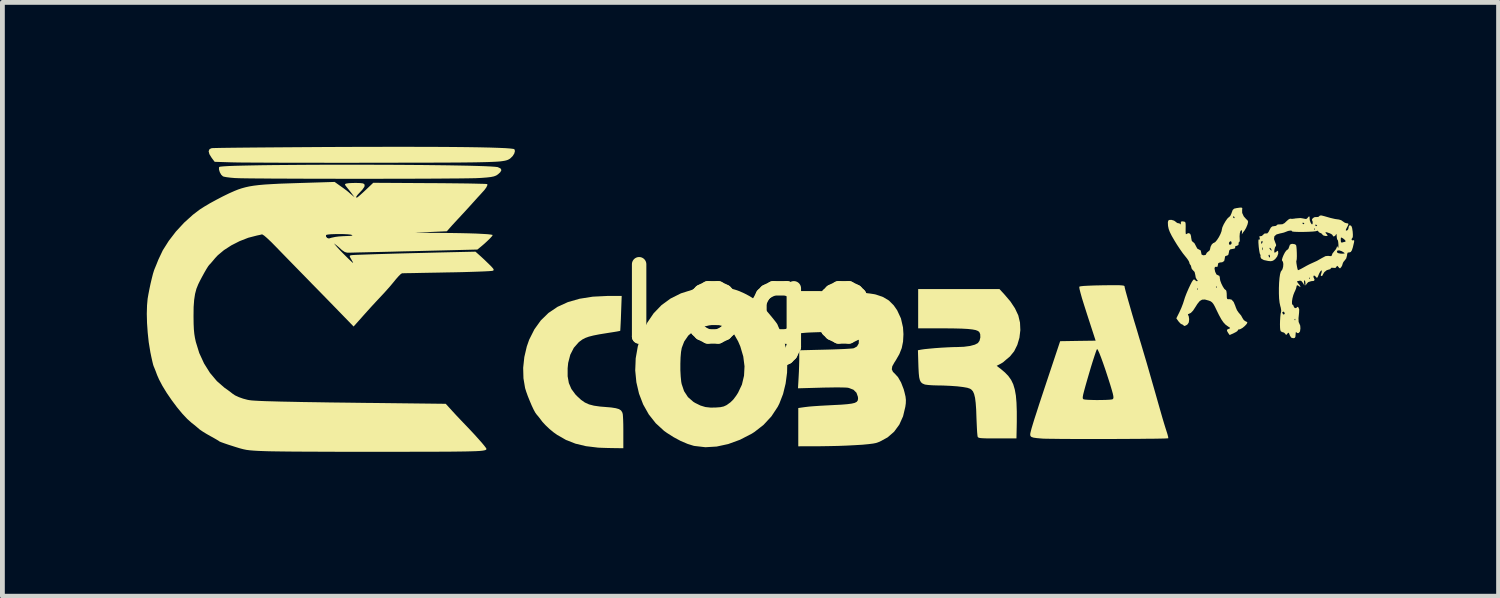
<source format=kicad_pcb>
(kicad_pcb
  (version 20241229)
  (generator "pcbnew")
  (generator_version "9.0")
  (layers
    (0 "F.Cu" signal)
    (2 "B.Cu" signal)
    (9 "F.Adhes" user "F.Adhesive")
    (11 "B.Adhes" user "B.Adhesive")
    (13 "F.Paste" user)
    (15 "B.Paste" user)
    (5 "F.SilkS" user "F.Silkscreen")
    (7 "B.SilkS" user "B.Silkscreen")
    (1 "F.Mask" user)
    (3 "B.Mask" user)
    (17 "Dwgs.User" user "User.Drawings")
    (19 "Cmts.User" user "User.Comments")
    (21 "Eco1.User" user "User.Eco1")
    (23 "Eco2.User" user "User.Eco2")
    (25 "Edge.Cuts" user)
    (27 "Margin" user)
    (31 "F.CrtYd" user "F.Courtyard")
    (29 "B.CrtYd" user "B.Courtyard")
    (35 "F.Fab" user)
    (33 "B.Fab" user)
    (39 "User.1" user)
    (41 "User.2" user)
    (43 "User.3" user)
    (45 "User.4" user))
  (footprint "Logo"
    (layer "F.Cu")
    (at 12.515 3.262)
    (property "Reference" "Logo" (at 0 0 0) (layer "F.SilkS") (effects (font (size 1.5 1.5) (thickness 0.3))))
    (attr board_only exclude_from_pos_files exclude_from_bom)
    (fp_poly (pts (xy -6.865 -3.261) (xy -6.494 -3.26) (xy -6.16 -3.258) (xy -5.863 -3.255) (xy -5.605 -3.251) (xy -5.385 -3.246) (xy -5.204 -3.24) (xy -5.062 -3.234) (xy -4.96 -3.226) (xy -4.897 -3.218) (xy -4.877 -3.211) (xy -4.866 -3.174) (xy -4.88 -3.122) (xy -4.914 -3.068) (xy -4.96 -3.023) (xy -4.978 -3.01) (xy -4.997 -2.999) (xy -5.019 -2.989) (xy -5.046 -2.98) (xy -5.08 -2.972) (xy -5.123 -2.965) (xy -5.177 -2.958) (xy -5.245 -2.953) (xy -5.329 -2.949) (xy -5.43 -2.945) (xy -5.551 -2.942) (xy -5.694 -2.939) (xy -5.862 -2.937) (xy -6.055 -2.935) (xy -6.277 -2.934) (xy -6.53 -2.933) (xy -6.815 -2.932) (xy -7.135 -2.932) (xy -7.491 -2.931) (xy -7.82 -2.931) (xy -8.149 -2.93) (xy -8.471 -2.93) (xy -8.784 -2.93) (xy -9.085 -2.931) (xy -9.37 -2.931) (xy -9.638 -2.931) (xy -9.884 -2.932) (xy -10.106 -2.933) (xy -10.302 -2.934) (xy -10.468 -2.935) (xy -10.602 -2.936) (xy -10.7 -2.938) (xy -10.754 -2.939) (xy -11.105 -2.95) (xy -11.167 -3.032) (xy -11.215 -3.11) (xy -11.23 -3.171) (xy -11.211 -3.214) (xy -11.169 -3.233) (xy -11.141 -3.235) (xy -11.074 -3.237) (xy -10.973 -3.239) (xy -10.838 -3.241) (xy -10.673 -3.243) (xy -10.479 -3.245) (xy -10.261 -3.247) (xy -10.02 -3.249) (xy -9.76 -3.251) (xy -9.482 -3.253) (xy -9.189 -3.255) (xy -8.884 -3.257) (xy -8.713 -3.258) (xy -8.198 -3.26) (xy -7.717 -3.261) (xy -7.273 -3.262)) (stroke (width 0) (type solid)) (fill yes) (layer "F.SilkS"))
    (fp_poly (pts (xy -7.914 -2.889) (xy -7.617 -2.888) (xy -7.324 -2.887) (xy -7.039 -2.885) (xy -6.764 -2.883) (xy -6.502 -2.88) (xy -6.257 -2.877) (xy -6.031 -2.873) (xy -5.826 -2.869) (xy -5.646 -2.864) (xy -5.494 -2.859) (xy -5.372 -2.853) (xy -5.283 -2.847) (xy -5.23 -2.841) (xy -5.222 -2.839) (xy -5.165 -2.812) (xy -5.147 -2.778) (xy -5.169 -2.736) (xy -5.179 -2.726) (xy -5.217 -2.691) (xy -5.256 -2.665) (xy -5.304 -2.647) (xy -5.367 -2.634) (xy -5.455 -2.624) (xy -5.573 -2.615) (xy -5.619 -2.613) (xy -5.682 -2.61) (xy -5.782 -2.608) (xy -5.916 -2.606) (xy -6.08 -2.604) (xy -6.272 -2.603) (xy -6.487 -2.601) (xy -6.723 -2.6) (xy -6.976 -2.599) (xy -7.243 -2.598) (xy -7.521 -2.598) (xy -7.806 -2.597) (xy -8.095 -2.597) (xy -8.385 -2.597) (xy -8.671 -2.598) (xy -8.952 -2.598) (xy -9.224 -2.599) (xy -9.483 -2.6) (xy -9.726 -2.601) (xy -9.95 -2.602) (xy -10.151 -2.604) (xy -10.326 -2.605) (xy -10.473 -2.607) (xy -10.586 -2.609) (xy -10.664 -2.612) (xy -10.689 -2.613) (xy -10.78 -2.621) (xy -10.86 -2.631) (xy -10.916 -2.642) (xy -10.934 -2.649) (xy -10.969 -2.682) (xy -10.998 -2.734) (xy -11.015 -2.789) (xy -11.015 -2.832) (xy -11.008 -2.844) (xy -10.981 -2.85) (xy -10.916 -2.856) (xy -10.817 -2.862) (xy -10.684 -2.867) (xy -10.523 -2.871) (xy -10.335 -2.875) (xy -10.123 -2.879) (xy -9.89 -2.882) (xy -9.639 -2.884) (xy -9.373 -2.886) (xy -9.095 -2.888) (xy -8.807 -2.889) (xy -8.512 -2.889) (xy -8.214 -2.889)) (stroke (width 0) (type solid)) (fill yes) (layer "F.SilkS"))
    (fp_poly (pts (xy -2.661 0.197) (xy -2.665 0.314) (xy -2.67 0.415) (xy -2.674 0.495) (xy -2.677 0.546) (xy -2.679 0.562) (xy -2.701 0.567) (xy -2.754 0.577) (xy -2.834 0.59) (xy -2.931 0.605) (xy -2.961 0.61) (xy -3.116 0.635) (xy -3.237 0.659) (xy -3.331 0.683) (xy -3.405 0.71) (xy -3.466 0.742) (xy -3.52 0.782) (xy -3.541 0.799) (xy -3.643 0.915) (xy -3.716 1.058) (xy -3.76 1.228) (xy -3.771 1.339) (xy -3.771 1.506) (xy -3.746 1.647) (xy -3.693 1.77) (xy -3.609 1.884) (xy -3.575 1.919) (xy -3.493 1.995) (xy -3.413 2.051) (xy -3.327 2.09) (xy -3.224 2.117) (xy -3.097 2.135) (xy -2.998 2.143) (xy -2.867 2.154) (xy -2.771 2.169) (xy -2.705 2.188) (xy -2.662 2.216) (xy -2.637 2.254) (xy -2.626 2.29) (xy -2.622 2.332) (xy -2.618 2.406) (xy -2.615 2.503) (xy -2.614 2.615) (xy -2.614 2.677) (xy -2.614 3.001) (xy -2.833 2.998) (xy -2.935 2.996) (xy -3.032 2.993) (xy -3.111 2.99) (xy -3.144 2.988) (xy -3.391 2.958) (xy -3.608 2.906) (xy -3.805 2.829) (xy -3.988 2.724) (xy -4.067 2.668) (xy -4.149 2.6) (xy -4.229 2.524) (xy -4.295 2.453) (xy -4.31 2.433) (xy -4.356 2.372) (xy -4.395 2.324) (xy -4.418 2.297) (xy -4.418 2.297) (xy -4.443 2.262) (xy -4.478 2.198) (xy -4.518 2.113) (xy -4.559 2.016) (xy -4.599 1.917) (xy -4.632 1.825) (xy -4.655 1.751) (xy -4.689 1.549) (xy -4.695 1.331) (xy -4.671 1.107) (xy -4.62 0.888) (xy -4.57 0.745) (xy -4.462 0.531) (xy -4.329 0.346) (xy -4.169 0.19) (xy -3.981 0.063) (xy -3.766 -0.035) (xy -3.522 -0.105) (xy -3.249 -0.148) (xy -2.945 -0.163) (xy -2.932 -0.163) (xy -2.648 -0.163)) (stroke (width 0) (type solid)) (fill yes) (layer "F.SilkS"))
    (fp_poly (pts (xy 5.3 -0.199) (xy 5.428 -0.049) (xy 5.523 0.094) (xy 5.59 0.236) (xy 5.593 0.244) (xy 5.628 0.391) (xy 5.635 0.547) (xy 5.616 0.705) (xy 5.572 0.854) (xy 5.506 0.987) (xy 5.419 1.094) (xy 5.392 1.117) (xy 5.34 1.16) (xy 5.302 1.193) (xy 5.288 1.206) (xy 5.265 1.223) (xy 5.22 1.249) (xy 5.21 1.254) (xy 5.143 1.289) (xy 5.231 1.356) (xy 5.316 1.428) (xy 5.386 1.501) (xy 5.443 1.581) (xy 5.487 1.672) (xy 5.519 1.779) (xy 5.542 1.906) (xy 5.555 2.058) (xy 5.561 2.239) (xy 5.561 2.454) (xy 5.559 2.568) (xy 5.554 2.797) (xy 5.158 2.797) (xy 5.02 2.797) (xy 4.918 2.796) (xy 4.846 2.793) (xy 4.798 2.789) (xy 4.77 2.782) (xy 4.754 2.772) (xy 4.748 2.762) (xy 4.743 2.73) (xy 4.737 2.665) (xy 4.732 2.574) (xy 4.727 2.465) (xy 4.723 2.368) (xy 4.717 2.196) (xy 4.707 2.059) (xy 4.694 1.955) (xy 4.675 1.877) (xy 4.651 1.821) (xy 4.619 1.784) (xy 4.589 1.764) (xy 4.533 1.745) (xy 4.442 1.729) (xy 4.324 1.715) (xy 4.183 1.705) (xy 4.027 1.698) (xy 3.898 1.696) (xy 3.805 1.693) (xy 3.722 1.687) (xy 3.66 1.679) (xy 3.642 1.674) (xy 3.6 1.655) (xy 3.57 1.629) (xy 3.548 1.588) (xy 3.533 1.527) (xy 3.524 1.44) (xy 3.518 1.321) (xy 3.516 1.264) (xy 3.507 0.965) (xy 3.576 0.952) (xy 3.645 0.942) (xy 3.745 0.932) (xy 3.865 0.921) (xy 3.993 0.912) (xy 4.119 0.905) (xy 4.233 0.9) (xy 4.31 0.899) (xy 4.462 0.893) (xy 4.59 0.876) (xy 4.69 0.849) (xy 4.753 0.816) (xy 4.787 0.767) (xy 4.804 0.699) (xy 4.801 0.631) (xy 4.781 0.585) (xy 4.753 0.564) (xy 4.707 0.546) (xy 4.638 0.533) (xy 4.545 0.523) (xy 4.422 0.516) (xy 4.266 0.512) (xy 4.073 0.51) (xy 4.032 0.51) (xy 3.512 0.51) (xy 3.512 0.102) (xy 3.512 -0.306) (xy 4.356 -0.306) (xy 5.201 -0.306)) (stroke (width 0) (type solid)) (fill yes) (layer "F.SilkS"))
    (fp_poly (pts (xy 1.383 -0.265) (xy 1.606 -0.262) (xy 1.821 -0.257) (xy 2.023 -0.25) (xy 2.207 -0.24) (xy 2.367 -0.229) (xy 2.499 -0.215) (xy 2.598 -0.2) (xy 2.634 -0.192) (xy 2.784 -0.14) (xy 2.904 -0.068) (xy 3.004 0.032) (xy 3.075 0.134) (xy 3.154 0.304) (xy 3.197 0.491) (xy 3.206 0.632) (xy 3.198 0.785) (xy 3.171 0.919) (xy 3.121 1.046) (xy 3.043 1.181) (xy 3.018 1.219) (xy 2.974 1.298) (xy 2.964 1.361) (xy 2.988 1.414) (xy 3.021 1.446) (xy 3.093 1.524) (xy 3.157 1.636) (xy 3.211 1.775) (xy 3.228 1.838) (xy 3.249 1.926) (xy 3.257 1.997) (xy 3.255 2.068) (xy 3.245 2.14) (xy 3.198 2.338) (xy 3.12 2.511) (xy 3.012 2.658) (xy 2.876 2.776) (xy 2.714 2.864) (xy 2.637 2.892) (xy 2.576 2.904) (xy 2.48 2.916) (xy 2.354 2.928) (xy 2.202 2.937) (xy 2.031 2.946) (xy 1.845 2.953) (xy 1.649 2.957) (xy 1.45 2.96) (xy 1.404 2.96) (xy 1.021 2.961) (xy 1.021 2.563) (xy 1.021 2.166) (xy 1.087 2.156) (xy 1.167 2.145) (xy 1.253 2.135) (xy 1.353 2.127) (xy 1.473 2.119) (xy 1.622 2.111) (xy 1.752 2.104) (xy 1.912 2.096) (xy 2.037 2.086) (xy 2.129 2.074) (xy 2.193 2.059) (xy 2.234 2.038) (xy 2.256 2.01) (xy 2.263 1.974) (xy 2.26 1.933) (xy 2.23 1.848) (xy 2.168 1.786) (xy 2.073 1.749) (xy 2.042 1.743) (xy 1.995 1.74) (xy 1.914 1.738) (xy 1.807 1.737) (xy 1.682 1.739) (xy 1.544 1.741) (xy 1.482 1.743) (xy 1.015 1.756) (xy 1.028 1.527) (xy 1.034 1.411) (xy 1.038 1.29) (xy 1.041 1.182) (xy 1.041 1.131) (xy 1.041 0.966) (xy 1.577 0.953) (xy 1.724 0.949) (xy 1.861 0.944) (xy 1.981 0.939) (xy 2.077 0.933) (xy 2.144 0.928) (xy 2.175 0.923) (xy 2.241 0.886) (xy 2.277 0.824) (xy 2.28 0.743) (xy 2.276 0.722) (xy 2.262 0.678) (xy 2.242 0.644) (xy 2.211 0.62) (xy 2.163 0.603) (xy 2.094 0.592) (xy 1.998 0.586) (xy 1.871 0.584) (xy 1.736 0.585) (xy 1.6 0.586) (xy 1.466 0.589) (xy 1.343 0.593) (xy 1.243 0.597) (xy 1.18 0.601) (xy 1.021 0.615) (xy 1.021 0.175) (xy 1.021 -0.265)) (stroke (width 0) (type solid)) (fill yes) (layer "F.SilkS"))
    (fp_poly (pts (xy -0.732 -0.343) (xy -0.664 -0.34) (xy -0.553 -0.332) (xy -0.444 -0.32) (xy -0.35 -0.306) (xy -0.296 -0.295) (xy -0.204 -0.263) (xy -0.101 -0.217) (xy 0.000445 -0.164) (xy 0.084 -0.112) (xy 0.117 -0.087) (xy 0.161 -0.05) (xy 0.215 -0.007) (xy 0.225 0) (xy 0.257 0.03) (xy 0.304 0.081) (xy 0.362 0.146) (xy 0.424 0.218) (xy 0.484 0.291) (xy 0.536 0.356) (xy 0.574 0.406) (xy 0.591 0.435) (xy 0.592 0.438) (xy 0.6 0.46) (xy 0.622 0.509) (xy 0.654 0.575) (xy 0.66 0.589) (xy 0.73 0.772) (xy 0.774 0.979) (xy 0.793 1.201) (xy 0.788 1.43) (xy 0.758 1.657) (xy 0.705 1.874) (xy 0.628 2.073) (xy 0.593 2.142) (xy 0.462 2.34) (xy 0.299 2.516) (xy 0.112 2.662) (xy 0.056 2.698) (xy -0.19 2.825) (xy -0.434 2.914) (xy -0.674 2.966) (xy -0.908 2.98) (xy -1.133 2.954) (xy -1.154 2.95) (xy -1.279 2.911) (xy -1.422 2.85) (xy -1.569 2.771) (xy -1.709 2.682) (xy -1.769 2.639) (xy -1.941 2.481) (xy -2.086 2.297) (xy -2.202 2.091) (xy -2.288 1.867) (xy -2.343 1.63) (xy -2.367 1.384) (xy -2.361 1.244) (xy -1.429 1.244) (xy -1.429 1.38) (xy -1.422 1.509) (xy -1.411 1.62) (xy -1.402 1.667) (xy -1.352 1.815) (xy -1.271 1.939) (xy -1.16 2.036) (xy -1.121 2.06) (xy -1.011 2.114) (xy -0.909 2.145) (xy -0.799 2.157) (xy -0.692 2.155) (xy -0.598 2.148) (xy -0.529 2.133) (xy -0.472 2.107) (xy -0.457 2.097) (xy -0.388 2.047) (xy -0.329 1.989) (xy -0.271 1.912) (xy -0.23 1.848) (xy -0.15 1.679) (xy -0.106 1.494) (xy -0.096 1.298) (xy -0.122 1.094) (xy -0.183 0.887) (xy -0.229 0.78) (xy -0.308 0.641) (xy -0.399 0.54) (xy -0.504 0.474) (xy -0.629 0.443) (xy -0.777 0.442) (xy -0.833 0.449) (xy -1.003 0.49) (xy -1.148 0.561) (xy -1.264 0.66) (xy -1.35 0.785) (xy -1.4 0.916) (xy -1.415 1) (xy -1.425 1.114) (xy -1.429 1.244) (xy -2.361 1.244) (xy -2.357 1.134) (xy -2.313 0.883) (xy -2.235 0.636) (xy -2.232 0.629) (xy -2.12 0.397) (xy -1.984 0.197) (xy -1.821 0.028) (xy -1.633 -0.109) (xy -1.417 -0.217) (xy -1.173 -0.294) (xy -1.12 -0.306) (xy -1.015 -0.327) (xy -0.926 -0.34) (xy -0.837 -0.344)) (stroke (width 0) (type solid)) (fill yes) (layer "F.SilkS"))
    (fp_poly (pts (xy 7.692 -0.386) (xy 7.748 -0.382) (xy 7.782 -0.377) (xy 7.797 -0.369) (xy 7.8 -0.363) (xy 7.802 -0.346) (xy 7.81 -0.311) (xy 7.824 -0.256) (xy 7.846 -0.177) (xy 7.876 -0.07) (xy 7.916 0.069) (xy 7.966 0.244) (xy 7.967 0.245) (xy 7.978 0.283) (xy 7.999 0.355) (xy 8.029 0.453) (xy 8.065 0.573) (xy 8.105 0.709) (xy 8.148 0.851) (xy 8.201 1.03) (xy 8.262 1.235) (xy 8.324 1.451) (xy 8.385 1.664) (xy 8.441 1.859) (xy 8.462 1.933) (xy 8.505 2.085) (xy 8.547 2.232) (xy 8.586 2.368) (xy 8.621 2.485) (xy 8.649 2.576) (xy 8.667 2.632) (xy 8.69 2.705) (xy 8.705 2.761) (xy 8.709 2.792) (xy 8.708 2.794) (xy 8.686 2.796) (xy 8.627 2.799) (xy 8.536 2.801) (xy 8.416 2.803) (xy 8.272 2.804) (xy 8.109 2.806) (xy 7.929 2.807) (xy 7.738 2.808) (xy 7.54 2.809) (xy 7.339 2.809) (xy 7.138 2.809) (xy 6.943 2.809) (xy 6.758 2.809) (xy 6.585 2.808) (xy 6.431 2.807) (xy 6.299 2.805) (xy 6.192 2.804) (xy 6.117 2.802) (xy 6.085 2.8) (xy 5.98 2.791) (xy 5.909 2.781) (xy 5.866 2.767) (xy 5.845 2.747) (xy 5.84 2.72) (xy 5.84 2.718) (xy 5.842 2.692) (xy 5.852 2.65) (xy 5.868 2.588) (xy 5.893 2.505) (xy 5.926 2.397) (xy 5.97 2.262) (xy 6.023 2.097) (xy 6.075 1.939) (xy 6.931 1.939) (xy 6.933 1.968) (xy 6.945 1.983) (xy 6.977 1.99) (xy 7.039 1.995) (xy 7.124 1.998) (xy 7.22 2) (xy 7.32 1.999) (xy 7.412 1.997) (xy 7.488 1.993) (xy 7.538 1.987) (xy 7.552 1.983) (xy 7.564 1.971) (xy 7.569 1.951) (xy 7.567 1.917) (xy 7.556 1.865) (xy 7.535 1.79) (xy 7.504 1.686) (xy 7.46 1.548) (xy 7.458 1.542) (xy 7.405 1.379) (xy 7.356 1.237) (xy 7.313 1.118) (xy 7.277 1.026) (xy 7.249 0.966) (xy 7.232 0.94) (xy 7.23 0.939) (xy 7.219 0.958) (xy 7.2 1.01) (xy 7.173 1.09) (xy 7.14 1.192) (xy 7.103 1.311) (xy 7.065 1.44) (xy 7.026 1.573) (xy 6.988 1.706) (xy 6.961 1.805) (xy 6.94 1.887) (xy 6.931 1.939) (xy 6.075 1.939) (xy 6.088 1.9) (xy 6.165 1.668) (xy 6.202 1.557) (xy 6.462 0.777) (xy 6.83 0.771) (xy 7.199 0.766) (xy 7.02 0.215) (xy 6.961 0.03) (xy 6.915 -0.117) (xy 6.884 -0.229) (xy 6.865 -0.305) (xy 6.859 -0.347) (xy 6.862 -0.357) (xy 6.889 -0.364) (xy 6.953 -0.371) (xy 7.05 -0.376) (xy 7.176 -0.381) (xy 7.327 -0.384) (xy 7.341 -0.385) (xy 7.493 -0.386) (xy 7.608 -0.387)) (stroke (width 0) (type solid)) (fill yes) (layer "F.SilkS"))
    (fp_poly (pts (xy 10.233 -1.998) (xy 10.247 -1.986) (xy 10.244 -1.959) (xy 10.243 -1.958) (xy 10.244 -1.888) (xy 10.277 -1.816) (xy 10.324 -1.763) (xy 10.357 -1.732) (xy 10.367 -1.703) (xy 10.357 -1.658) (xy 10.352 -1.641) (xy 10.326 -1.579) (xy 10.296 -1.527) (xy 10.291 -1.521) (xy 10.258 -1.478) (xy 10.242 -1.45) (xy 10.236 -1.444) (xy 10.239 -1.472) (xy 10.24 -1.475) (xy 10.241 -1.516) (xy 10.23 -1.531) (xy 10.209 -1.513) (xy 10.195 -1.466) (xy 10.19 -1.401) (xy 10.192 -1.358) (xy 10.194 -1.311) (xy 10.187 -1.287) (xy 10.184 -1.286) (xy 10.17 -1.273) (xy 10.171 -1.271) (xy 10.167 -1.223) (xy 10.135 -1.205) (xy 10.128 -1.205) (xy 10.099 -1.194) (xy 10.099 -1.175) (xy 10.095 -1.153) (xy 10.056 -1.141) (xy 10.042 -1.14) (xy 9.995 -1.13) (xy 9.974 -1.105) (xy 9.968 -1.067) (xy 9.956 -1.018) (xy 9.931 -1.001) (xy 9.922 -1) (xy 9.892 -0.99) (xy 9.882 -0.951) (xy 9.882 -0.941) (xy 9.87 -0.889) (xy 9.829 -0.863) (xy 9.779 -0.858) (xy 9.747 -0.844) (xy 9.739 -0.807) (xy 9.732 -0.77) (xy 9.711 -0.768) (xy 9.679 -0.767) (xy 9.669 -0.734) (xy 9.682 -0.668) (xy 9.682 -0.667) (xy 9.709 -0.61) (xy 9.743 -0.592) (xy 9.77 -0.581) (xy 9.78 -0.543) (xy 9.78 -0.528) (xy 9.789 -0.479) (xy 9.812 -0.418) (xy 9.842 -0.358) (xy 9.873 -0.31) (xy 9.9 -0.287) (xy 9.904 -0.286) (xy 9.915 -0.268) (xy 9.922 -0.221) (xy 9.923 -0.187) (xy 9.925 -0.128) (xy 9.933 -0.1) (xy 9.952 -0.094) (xy 9.972 -0.097) (xy 10.023 -0.087) (xy 10.067 -0.038) (xy 10.103 0.049) (xy 10.109 0.069) (xy 10.136 0.133) (xy 10.173 0.187) (xy 10.179 0.193) (xy 10.222 0.244) (xy 10.249 0.294) (xy 10.278 0.339) (xy 10.311 0.362) (xy 10.344 0.378) (xy 10.352 0.39) (xy 10.336 0.421) (xy 10.298 0.462) (xy 10.251 0.501) (xy 10.206 0.526) (xy 10.188 0.531) (xy 10.158 0.537) (xy 10.156 0.548) (xy 10.145 0.565) (xy 10.107 0.591) (xy 10.075 0.607) (xy 9.984 0.649) (xy 9.953 0.606) (xy 9.928 0.562) (xy 9.931 0.537) (xy 9.966 0.52) (xy 9.966 0.52) (xy 9.992 0.509) (xy 9.989 0.496) (xy 9.953 0.473) (xy 9.949 0.47) (xy 9.899 0.434) (xy 9.855 0.387) (xy 9.811 0.323) (xy 9.761 0.232) (xy 9.718 0.144) (xy 9.677 0.059) (xy 9.646 0.004) (xy 9.618 -0.03) (xy 9.588 -0.052) (xy 9.547 -0.068) (xy 9.545 -0.068) (xy 9.469 -0.089) (xy 9.411 -0.086) (xy 9.362 -0.057) (xy 9.313 0.003) (xy 9.279 0.057) (xy 9.224 0.141) (xy 9.178 0.189) (xy 9.147 0.204) (xy 9.117 0.217) (xy 9.119 0.23) (xy 9.133 0.258) (xy 9.141 0.309) (xy 9.142 0.326) (xy 9.135 0.386) (xy 9.111 0.425) (xy 9.089 0.442) (xy 9.048 0.462) (xy 9.029 0.452) (xy 9.005 0.431) (xy 8.994 0.429) (xy 8.965 0.413) (xy 8.929 0.375) (xy 8.921 0.365) (xy 8.876 0.302) (xy 8.939 0.176) (xy 8.978 0.09) (xy 9.014 -0.003) (xy 9.033 -0.062) (xy 9.056 -0.135) (xy 9.089 -0.221) (xy 9.126 -0.306) (xy 9.311 -0.306) (xy 9.318 -0.289) (xy 9.324 -0.293) (xy 9.327 -0.317) (xy 9.324 -0.32) (xy 9.312 -0.317) (xy 9.311 -0.306) (xy 9.126 -0.306) (xy 9.127 -0.309) (xy 9.145 -0.347) (xy 9.699 -0.347) (xy 9.706 -0.33) (xy 9.712 -0.333) (xy 9.715 -0.358) (xy 9.712 -0.361) (xy 9.7 -0.358) (xy 9.699 -0.347) (xy 9.145 -0.347) (xy 9.165 -0.39) (xy 9.199 -0.456) (xy 9.226 -0.496) (xy 9.233 -0.503) (xy 9.259 -0.503) (xy 9.265 -0.494) (xy 9.29 -0.472) (xy 9.304 -0.47) (xy 9.323 -0.474) (xy 9.311 -0.492) (xy 9.302 -0.502) (xy 9.279 -0.544) (xy 9.27 -0.599) (xy 9.255 -0.662) (xy 9.229 -0.689) (xy 9.197 -0.725) (xy 9.188 -0.754) (xy 9.179 -0.793) (xy 9.168 -0.807) (xy 9.15 -0.836) (xy 9.147 -0.854) (xy 9.134 -0.887) (xy 9.101 -0.937) (xy 9.058 -0.991) (xy 9.011 -1.05) (xy 8.952 -1.134) (xy 8.889 -1.229) (xy 8.841 -1.307) (xy 8.781 -1.41) (xy 8.741 -1.49) (xy 8.717 -1.554) (xy 8.705 -1.611) (xy 8.703 -1.625) (xy 8.7 -1.69) (xy 8.707 -1.726) (xy 8.727 -1.742) (xy 8.774 -1.744) (xy 8.829 -1.728) (xy 8.868 -1.7) (xy 8.871 -1.696) (xy 8.9 -1.677) (xy 8.922 -1.674) (xy 8.959 -1.662) (xy 8.969 -1.649) (xy 8.973 -1.645) (xy 8.97 -1.671) (xy 8.97 -1.704) (xy 8.993 -1.713) (xy 9.018 -1.711) (xy 9.046 -1.706) (xy 9.063 -1.693) (xy 9.069 -1.663) (xy 9.07 -1.607) (xy 9.069 -1.562) (xy 9.069 -1.488) (xy 9.073 -1.448) (xy 9.083 -1.447) (xy 9.116 -1.466) (xy 9.14 -1.467) (xy 9.166 -1.45) (xy 9.181 -1.408) (xy 9.184 -1.374) (xy 9.196 -1.311) (xy 9.219 -1.284) (xy 9.223 -1.283) (xy 9.251 -1.26) (xy 9.276 -1.214) (xy 9.28 -1.205) (xy 9.312 -1.146) (xy 9.348 -1.127) (xy 9.382 -1.109) (xy 9.392 -1.065) (xy 9.4 -1.024) (xy 9.431 -1.009) (xy 9.443 -1.008) (xy 9.484 -1.015) (xy 9.494 -1.033) (xy 9.511 -1.063) (xy 9.535 -1.082) (xy 9.568 -1.111) (xy 9.576 -1.133) (xy 9.587 -1.184) (xy 9.612 -1.233) (xy 9.64 -1.259) (xy 9.968 -1.259) (xy 9.976 -1.23) (xy 9.993 -1.225) (xy 10.02 -1.242) (xy 10.025 -1.268) (xy 10.014 -1.298) (xy 9.992 -1.298) (xy 9.971 -1.272) (xy 9.968 -1.259) (xy 9.64 -1.259) (xy 9.643 -1.262) (xy 9.656 -1.266) (xy 9.685 -1.283) (xy 9.722 -1.327) (xy 9.761 -1.387) (xy 9.794 -1.452) (xy 9.816 -1.511) (xy 9.821 -1.542) (xy 9.832 -1.588) (xy 9.86 -1.65) (xy 9.898 -1.716) (xy 9.937 -1.771) (xy 9.971 -1.803) (xy 9.976 -1.805) (xy 10.053 -1.805) (xy 10.056 -1.797) (xy 10.074 -1.777) (xy 10.077 -1.776) (xy 10.086 -1.792) (xy 10.086 -1.797) (xy 10.071 -1.816) (xy 10.065 -1.817) (xy 10.053 -1.805) (xy 9.976 -1.805) (xy 9.976 -1.805) (xy 9.998 -1.829) (xy 10.021 -1.878) (xy 10.027 -1.896) (xy 10.047 -1.949) (xy 10.076 -1.976) (xy 10.125 -1.988) (xy 10.195 -1.998)) (stroke (width 0) (type solid)) (fill yes) (layer "F.SilkS"))
    (fp_poly (pts (xy -8.483 -2.44) (xy -8.417 -2.393) (xy -8.362 -2.352) (xy -8.329 -2.325) (xy -8.326 -2.323) (xy -8.291 -2.291) (xy -8.249 -2.256) (xy -8.2 -2.215) (xy -8.24 -2.269) (xy -8.277 -2.318) (xy -8.325 -2.379) (xy -8.346 -2.405) (xy -8.384 -2.453) (xy -8.398 -2.478) (xy -8.39 -2.491) (xy -8.366 -2.499) (xy -8.317 -2.506) (xy -8.246 -2.51) (xy -8.165 -2.511) (xy -8.089 -2.509) (xy -8.033 -2.503) (xy -8.016 -2.499) (xy -7.988 -2.474) (xy -7.994 -2.431) (xy -8.036 -2.371) (xy -8.076 -2.328) (xy -8.134 -2.266) (xy -8.163 -2.227) (xy -8.163 -2.208) (xy -8.151 -2.205) (xy -8.131 -2.218) (xy -8.088 -2.254) (xy -8.029 -2.307) (xy -7.973 -2.359) (xy -7.81 -2.514) (xy -6.633 -2.507) (xy -6.417 -2.506) (xy -6.214 -2.504) (xy -6.026 -2.502) (xy -5.858 -2.5) (xy -5.714 -2.497) (xy -5.596 -2.494) (xy -5.509 -2.492) (xy -5.456 -2.489) (xy -5.44 -2.487) (xy -5.44 -2.461) (xy -5.462 -2.416) (xy -5.501 -2.363) (xy -5.517 -2.345) (xy -5.54 -2.32) (xy -5.584 -2.271) (xy -5.645 -2.205) (xy -5.715 -2.127) (xy -5.737 -2.103) (xy -5.819 -2.012) (xy -5.904 -1.919) (xy -5.982 -1.835) (xy -6.042 -1.77) (xy -6.046 -1.766) (xy -6.109 -1.698) (xy -6.17 -1.632) (xy -6.216 -1.58) (xy -6.221 -1.575) (xy -6.28 -1.507) (xy -6.616 -1.492) (xy -6.952 -1.476) (xy -6.42 -1.473) (xy -6.205 -1.471) (xy -6.005 -1.468) (xy -5.825 -1.464) (xy -5.667 -1.459) (xy -5.536 -1.452) (xy -5.434 -1.446) (xy -5.365 -1.438) (xy -5.331 -1.431) (xy -5.329 -1.428) (xy -5.343 -1.404) (xy -5.382 -1.361) (xy -5.437 -1.307) (xy -5.501 -1.248) (xy -5.563 -1.195) (xy -5.646 -1.127) (xy -6.973 -1.094) (xy -7.203 -1.089) (xy -7.422 -1.083) (xy -7.627 -1.078) (xy -7.813 -1.074) (xy -7.978 -1.07) (xy -8.117 -1.067) (xy -8.227 -1.064) (xy -8.305 -1.062) (xy -8.346 -1.062) (xy -8.352 -1.062) (xy -8.401 -1.076) (xy -8.459 -1.115) (xy -8.474 -1.128) (xy -8.526 -1.176) (xy -8.573 -1.215) (xy -8.586 -1.225) (xy -8.627 -1.255) (xy -8.586 -1.206) (xy -8.55 -1.165) (xy -8.499 -1.11) (xy -8.439 -1.048) (xy -8.376 -0.985) (xy -8.318 -0.928) (xy -8.269 -0.882) (xy -8.238 -0.854) (xy -8.228 -0.849) (xy -8.238 -0.874) (xy -8.263 -0.918) (xy -8.27 -0.93) (xy -8.295 -0.974) (xy -8.299 -0.996) (xy -8.282 -1.006) (xy -8.275 -1.008) (xy -8.246 -1.012) (xy -8.177 -1.016) (xy -8.072 -1.02) (xy -7.931 -1.025) (xy -7.756 -1.031) (xy -7.55 -1.037) (xy -7.314 -1.044) (xy -7.05 -1.051) (xy -6.76 -1.058) (xy -6.446 -1.066) (xy -6.187 -1.072) (xy -5.686 -1.083) (xy -5.615 -1.02) (xy -5.566 -0.976) (xy -5.5 -0.915) (xy -5.431 -0.848) (xy -5.415 -0.833) (xy -5.354 -0.772) (xy -5.319 -0.732) (xy -5.307 -0.708) (xy -5.314 -0.693) (xy -5.321 -0.688) (xy -5.348 -0.683) (xy -5.413 -0.678) (xy -5.51 -0.673) (xy -5.636 -0.668) (xy -5.787 -0.663) (xy -5.959 -0.658) (xy -6.147 -0.654) (xy -6.277 -0.652) (xy -6.467 -0.648) (xy -6.644 -0.645) (xy -6.805 -0.642) (xy -6.945 -0.639) (xy -7.059 -0.637) (xy -7.145 -0.636) (xy -7.197 -0.634) (xy -7.212 -0.634) (xy -7.238 -0.618) (xy -7.282 -0.575) (xy -7.337 -0.513) (xy -7.379 -0.461) (xy -7.466 -0.357) (xy -7.583 -0.226) (xy -7.715 -0.085) (xy -7.771 -0.025) (xy -7.845 0.055) (xy -7.927 0.146) (xy -8.01 0.238) (xy -8.021 0.251) (xy -8.218 0.472) (xy -8.442 0.241) (xy -8.516 0.165) (xy -8.612 0.066) (xy -8.725 -0.05) (xy -8.847 -0.175) (xy -8.973 -0.304) (xy -9.097 -0.43) (xy -9.105 -0.439) (xy -9.232 -0.569) (xy -9.365 -0.705) (xy -9.497 -0.84) (xy -9.622 -0.968) (xy -9.731 -1.08) (xy -9.818 -1.17) (xy -9.929 -1.283) (xy -10.016 -1.365) (xy -10.052 -1.396) (xy -8.791 -1.396) (xy -8.767 -1.368) (xy -8.732 -1.357) (xy -8.72 -1.36) (xy -8.681 -1.372) (xy -8.62 -1.385) (xy -8.596 -1.39) (xy -8.526 -1.399) (xy -8.436 -1.405) (xy -8.361 -1.408) (xy -8.285 -1.411) (xy -8.248 -1.417) (xy -8.246 -1.428) (xy -8.249 -1.429) (xy -8.282 -1.438) (xy -8.344 -1.444) (xy -8.425 -1.448) (xy -8.516 -1.449) (xy -8.607 -1.448) (xy -8.69 -1.445) (xy -8.753 -1.439) (xy -8.787 -1.431) (xy -8.791 -1.428) (xy -8.791 -1.396) (xy -10.052 -1.396) (xy -10.077 -1.417) (xy -10.115 -1.441) (xy -10.124 -1.442) (xy -10.167 -1.431) (xy -10.225 -1.419) (xy -10.229 -1.418) (xy -10.407 -1.372) (xy -10.586 -1.302) (xy -10.757 -1.215) (xy -10.912 -1.115) (xy -11.041 -1.007) (xy -11.096 -0.948) (xy -11.147 -0.887) (xy -11.19 -0.837) (xy -11.217 -0.809) (xy -11.219 -0.807) (xy -11.241 -0.778) (xy -11.276 -0.722) (xy -11.319 -0.648) (xy -11.365 -0.564) (xy -11.41 -0.479) (xy -11.445 -0.408) (xy -11.484 -0.312) (xy -11.512 -0.206) (xy -11.531 -0.082) (xy -11.542 0.067) (xy -11.544 0.248) (xy -11.544 0.276) (xy -11.542 0.418) (xy -11.537 0.531) (xy -11.528 0.625) (xy -11.514 0.711) (xy -11.496 0.793) (xy -11.425 1.023) (xy -11.325 1.24) (xy -11.202 1.436) (xy -11.06 1.605) (xy -10.902 1.743) (xy -10.895 1.748) (xy -10.827 1.796) (xy -10.771 1.838) (xy -10.737 1.865) (xy -10.731 1.869) (xy -10.681 1.903) (xy -10.603 1.939) (xy -10.513 1.971) (xy -10.422 1.995) (xy -10.383 2.002) (xy -10.334 2.008) (xy -10.262 2.013) (xy -10.167 2.018) (xy -10.046 2.023) (xy -9.898 2.027) (xy -9.722 2.032) (xy -9.516 2.036) (xy -9.278 2.041) (xy -9.006 2.045) (xy -8.699 2.05) (xy -8.356 2.054) (xy -7.974 2.059) (xy -7.761 2.061) (xy -6.304 2.078) (xy -6.159 2.237) (xy -6.077 2.326) (xy -5.984 2.424) (xy -5.897 2.515) (xy -5.87 2.543) (xy -5.791 2.626) (xy -5.707 2.716) (xy -5.627 2.805) (xy -5.556 2.885) (xy -5.502 2.95) (xy -5.478 2.982) (xy -5.467 2.996) (xy -5.46 3.009) (xy -5.459 3.02) (xy -5.464 3.03) (xy -5.479 3.039) (xy -5.507 3.046) (xy -5.548 3.053) (xy -5.605 3.058) (xy -5.681 3.062) (xy -5.778 3.065) (xy -5.898 3.068) (xy -6.043 3.07) (xy -6.215 3.072) (xy -6.417 3.073) (xy -6.651 3.074) (xy -6.919 3.074) (xy -7.223 3.075) (xy -7.566 3.075) (xy -7.583 3.075) (xy -7.88 3.075) (xy -8.172 3.075) (xy -8.456 3.075) (xy -8.728 3.074) (xy -8.985 3.073) (xy -9.224 3.072) (xy -9.441 3.071) (xy -9.632 3.069) (xy -9.794 3.067) (xy -9.923 3.065) (xy -10.017 3.063) (xy -10.046 3.062) (xy -10.184 3.057) (xy -10.29 3.051) (xy -10.374 3.044) (xy -10.445 3.035) (xy -10.512 3.021) (xy -10.584 3.002) (xy -10.669 2.976) (xy -10.719 2.96) (xy -10.819 2.928) (xy -10.904 2.899) (xy -10.968 2.876) (xy -11.002 2.862) (xy -11.005 2.86) (xy -11.027 2.844) (xy -11.076 2.815) (xy -11.144 2.776) (xy -11.194 2.749) (xy -11.278 2.701) (xy -11.353 2.655) (xy -11.41 2.616) (xy -11.428 2.602) (xy -11.475 2.561) (xy -11.538 2.509) (xy -11.581 2.476) (xy -11.674 2.393) (xy -11.779 2.281) (xy -11.888 2.149) (xy -11.997 2.003) (xy -12.1 1.853) (xy -12.19 1.706) (xy -12.261 1.571) (xy -12.301 1.48) (xy -12.329 1.404) (xy -12.355 1.339) (xy -12.372 1.298) (xy -12.373 1.297) (xy -12.384 1.262) (xy -12.4 1.196) (xy -12.42 1.107) (xy -12.441 1.005) (xy -12.445 0.98) (xy -12.475 0.798) (xy -12.496 0.601) (xy -12.51 0.401) (xy -12.515 0.208) (xy -12.51 0.034) (xy -12.498 -0.103) (xy -12.482 -0.196) (xy -12.461 -0.304) (xy -12.437 -0.418) (xy -12.411 -0.527) (xy -12.387 -0.622) (xy -12.365 -0.693) (xy -12.353 -0.725) (xy -12.337 -0.763) (xy -12.311 -0.826) (xy -12.28 -0.904) (xy -12.273 -0.921) (xy -12.183 -1.111) (xy -12.059 -1.307) (xy -11.91 -1.501) (xy -11.74 -1.685) (xy -11.556 -1.851) (xy -11.414 -1.959) (xy -11.322 -2.018) (xy -11.206 -2.087) (xy -11.074 -2.159) (xy -10.938 -2.23) (xy -10.807 -2.294) (xy -10.692 -2.345) (xy -10.617 -2.375) (xy -10.542 -2.4) (xy -10.465 -2.421) (xy -10.384 -2.439) (xy -10.293 -2.454) (xy -10.187 -2.467) (xy -10.064 -2.478) (xy -9.917 -2.487) (xy -9.744 -2.496) (xy -9.538 -2.503) (xy -9.296 -2.511) (xy -9.293 -2.511) (xy -8.612 -2.532)) (stroke (width 0) (type solid)) (fill yes) (layer "F.SilkS"))
    (fp_poly (pts (xy 11.949 -1.821) (xy 12.078 -1.784) (xy 12.173 -1.762) (xy 12.238 -1.753) (xy 12.248 -1.752) (xy 12.299 -1.738) (xy 12.335 -1.713) (xy 12.379 -1.683) (xy 12.414 -1.674) (xy 12.446 -1.669) (xy 12.451 -1.649) (xy 12.431 -1.604) (xy 12.424 -1.593) (xy 12.399 -1.542) (xy 12.399 -1.521) (xy 12.424 -1.524) (xy 12.424 -1.524) (xy 12.448 -1.551) (xy 12.455 -1.586) (xy 12.463 -1.624) (xy 12.491 -1.63) (xy 12.513 -1.615) (xy 12.528 -1.576) (xy 12.539 -1.505) (xy 12.54 -1.5) (xy 12.544 -1.434) (xy 12.542 -1.387) (xy 12.535 -1.371) (xy 12.518 -1.348) (xy 12.516 -1.336) (xy 12.53 -1.317) (xy 12.548 -1.32) (xy 12.569 -1.321) (xy 12.571 -1.296) (xy 12.567 -1.274) (xy 12.544 -1.175) (xy 12.523 -1.111) (xy 12.5 -1.077) (xy 12.472 -1.067) (xy 12.467 -1.068) (xy 12.437 -1.063) (xy 12.425 -1.034) (xy 12.424 -1.011) (xy 12.406 -0.943) (xy 12.378 -0.906) (xy 12.346 -0.867) (xy 12.332 -0.834) (xy 12.321 -0.795) (xy 12.303 -0.764) (xy 12.279 -0.737) (xy 12.262 -0.743) (xy 12.245 -0.763) (xy 12.222 -0.789) (xy 12.209 -0.782) (xy 12.203 -0.768) (xy 12.18 -0.744) (xy 12.139 -0.747) (xy 12.099 -0.75) (xy 12.087 -0.737) (xy 12.071 -0.718) (xy 12.052 -0.714) (xy 12.001 -0.698) (xy 11.952 -0.659) (xy 11.923 -0.613) (xy 11.921 -0.606) (xy 11.906 -0.579) (xy 11.893 -0.576) (xy 11.876 -0.589) (xy 11.876 -0.592) (xy 11.883 -0.618) (xy 11.893 -0.648) (xy 11.899 -0.687) (xy 11.89 -0.694) (xy 11.87 -0.675) (xy 11.846 -0.634) (xy 11.835 -0.609) (xy 11.814 -0.557) (xy 11.799 -0.539) (xy 11.783 -0.549) (xy 11.773 -0.563) (xy 11.743 -0.587) (xy 11.724 -0.58) (xy 11.727 -0.548) (xy 11.735 -0.532) (xy 11.749 -0.495) (xy 11.73 -0.475) (xy 11.678 -0.47) (xy 11.618 -0.451) (xy 11.591 -0.424) (xy 11.559 -0.378) (xy 11.558 -0.434) (xy 11.551 -0.475) (xy 11.539 -0.49) (xy 11.529 -0.473) (xy 11.53 -0.434) (xy 11.538 -0.378) (xy 11.505 -0.435) (xy 11.471 -0.477) (xy 11.441 -0.481) (xy 11.4 -0.471) (xy 11.388 -0.47) (xy 11.385 -0.457) (xy 11.406 -0.427) (xy 11.41 -0.422) (xy 11.438 -0.388) (xy 11.453 -0.36) (xy 11.453 -0.347) (xy 11.434 -0.359) (xy 11.43 -0.363) (xy 11.395 -0.386) (xy 11.375 -0.375) (xy 11.373 -0.357) (xy 11.364 -0.32) (xy 11.342 -0.265) (xy 11.33 -0.242) (xy 11.307 -0.183) (xy 11.289 -0.116) (xy 11.279 -0.053) (xy 11.279 -0.004) (xy 11.289 0.02) (xy 11.292 0.02) (xy 11.31 0.037) (xy 11.312 0.049) (xy 11.325 0.078) (xy 11.353 0.091) (xy 11.376 0.081) (xy 11.379 0.075) (xy 11.394 0.062) (xy 11.413 0.075) (xy 11.429 0.117) (xy 11.426 0.187) (xy 11.414 0.3) (xy 11.417 0.378) (xy 11.434 0.416) (xy 11.45 0.454) (xy 11.454 0.512) (xy 11.446 0.57) (xy 11.442 0.58) (xy 11.416 0.608) (xy 11.384 0.608) (xy 11.366 0.587) (xy 11.359 0.588) (xy 11.355 0.621) (xy 11.354 0.638) (xy 11.349 0.689) (xy 11.334 0.71) (xy 11.303 0.715) (xy 11.263 0.703) (xy 11.236 0.661) (xy 11.232 0.65) (xy 11.215 0.608) (xy 11.201 0.601) (xy 11.182 0.622) (xy 11.16 0.647) (xy 11.147 0.638) (xy 11.142 0.626) (xy 11.113 0.598) (xy 11.088 0.592) (xy 11.049 0.574) (xy 11.036 0.546) (xy 11.031 0.499) (xy 11.029 0.429) (xy 11.031 0.349) (xy 11.033 0.327) (xy 11.332 0.327) (xy 11.339 0.343) (xy 11.346 0.34) (xy 11.348 0.316) (xy 11.346 0.313) (xy 11.333 0.316) (xy 11.332 0.327) (xy 11.033 0.327) (xy 11.036 0.271) (xy 11.043 0.207) (xy 11.05 0.177) (xy 11.077 0.177) (xy 11.08 0.194) (xy 11.1 0.221) (xy 11.11 0.225) (xy 11.126 0.208) (xy 11.128 0.194) (xy 11.112 0.167) (xy 11.098 0.163) (xy 11.077 0.177) (xy 11.05 0.177) (xy 11.051 0.171) (xy 11.052 0.169) (xy 11.055 0.137) (xy 11.046 0.082) (xy 11.035 0.043) (xy 11.021 -0.023) (xy 11.011 -0.112) (xy 11.007 -0.216) (xy 11.007 -0.327) (xy 11.011 -0.436) (xy 11.019 -0.531) (xy 11.638 -0.531) (xy 11.646 -0.514) (xy 11.652 -0.517) (xy 11.654 -0.541) (xy 11.652 -0.544) (xy 11.64 -0.542) (xy 11.638 -0.531) (xy 11.019 -0.531) (xy 11.019 -0.535) (xy 11.031 -0.614) (xy 11.046 -0.667) (xy 11.057 -0.682) (xy 11.08 -0.716) (xy 11.095 -0.77) (xy 11.099 -0.827) (xy 11.091 -0.873) (xy 11.076 -0.891) (xy 11.07 -0.913) (xy 11.081 -0.956) (xy 11.103 -1.011) (xy 11.131 -1.065) (xy 11.16 -1.106) (xy 11.182 -1.122) (xy 11.203 -1.14) (xy 11.22 -1.183) (xy 11.22 -1.184) (xy 11.236 -1.228) (xy 11.269 -1.244) (xy 11.293 -1.245) (xy 11.34 -1.237) (xy 11.364 -1.219) (xy 11.371 -1.184) (xy 11.376 -1.126) (xy 11.379 -1.057) (xy 11.38 -0.989) (xy 11.378 -0.933) (xy 11.374 -0.902) (xy 11.371 -0.898) (xy 11.368 -0.881) (xy 11.372 -0.838) (xy 11.381 -0.784) (xy 11.391 -0.734) (xy 11.401 -0.702) (xy 11.403 -0.698) (xy 11.422 -0.704) (xy 11.467 -0.726) (xy 11.518 -0.754) (xy 11.582 -0.79) (xy 11.634 -0.817) (xy 11.659 -0.829) (xy 11.796 -0.891) (xy 11.905 -0.953) (xy 11.909 -0.955) (xy 11.975 -0.99) (xy 12.032 -0.996) (xy 12.046 -0.993) (xy 12.091 -0.99) (xy 12.107 -1.005) (xy 12.108 -1.012) (xy 12.121 -1.047) (xy 12.15 -1.083) (xy 12.212 -1.083) (xy 12.219 -1.064) (xy 12.243 -1.051) (xy 12.286 -1.043) (xy 12.333 -1.041) (xy 12.367 -1.045) (xy 12.373 -1.051) (xy 12.357 -1.066) (xy 12.317 -1.09) (xy 12.31 -1.094) (xy 12.259 -1.11) (xy 12.223 -1.106) (xy 12.212 -1.083) (xy 12.15 -1.083) (xy 12.154 -1.09) (xy 12.159 -1.094) (xy 12.194 -1.138) (xy 12.211 -1.177) (xy 12.211 -1.18) (xy 12.215 -1.2) (xy 12.226 -1.184) (xy 12.23 -1.174) (xy 12.24 -1.161) (xy 12.244 -1.185) (xy 12.244 -1.23) (xy 12.239 -1.287) (xy 12.231 -1.322) (xy 12.227 -1.325) (xy 12.292 -1.325) (xy 12.296 -1.282) (xy 12.313 -1.271) (xy 12.324 -1.274) (xy 12.363 -1.285) (xy 12.375 -1.286) (xy 12.394 -1.297) (xy 12.383 -1.322) (xy 12.345 -1.354) (xy 12.343 -1.356) (xy 12.307 -1.377) (xy 12.294 -1.37) (xy 12.292 -1.328) (xy 12.292 -1.325) (xy 12.227 -1.325) (xy 12.225 -1.327) (xy 12.215 -1.345) (xy 12.208 -1.39) (xy 12.208 -1.404) (xy 12.204 -1.444) (xy 12.198 -1.452) (xy 12.196 -1.446) (xy 12.178 -1.416) (xy 12.152 -1.4) (xy 12.132 -1.403) (xy 12.128 -1.416) (xy 12.111 -1.439) (xy 12.069 -1.463) (xy 12.06 -1.466) (xy 12 -1.486) (xy 11.974 -1.487) (xy 11.979 -1.47) (xy 11.996 -1.45) (xy 12.02 -1.42) (xy 12.011 -1.41) (xy 11.978 -1.409) (xy 11.933 -1.419) (xy 11.911 -1.439) (xy 11.885 -1.467) (xy 11.87 -1.47) (xy 11.838 -1.487) (xy 11.829 -1.501) (xy 11.809 -1.52) (xy 11.794 -1.514) (xy 11.767 -1.507) (xy 11.712 -1.501) (xy 11.637 -1.497) (xy 11.552 -1.494) (xy 11.465 -1.493) (xy 11.385 -1.494) (xy 11.322 -1.497) (xy 11.285 -1.502) (xy 11.279 -1.507) (xy 11.272 -1.519) (xy 11.241 -1.521) (xy 11.197 -1.513) (xy 11.158 -1.498) (xy 11.111 -1.48) (xy 11.048 -1.465) (xy 11.039 -1.464) (xy 10.957 -1.441) (xy 10.913 -1.403) (xy 10.905 -1.346) (xy 10.932 -1.27) (xy 10.934 -1.267) (xy 10.949 -1.225) (xy 10.947 -1.202) (xy 10.946 -1.201) (xy 10.929 -1.18) (xy 10.917 -1.139) (xy 10.91 -1.096) (xy 10.914 -1.066) (xy 10.921 -1.062) (xy 10.95 -1.077) (xy 10.954 -1.082) (xy 10.977 -1.103) (xy 10.991 -1.088) (xy 10.993 -1.043) (xy 10.993 -1.041) (xy 10.971 -0.982) (xy 10.929 -0.928) (xy 10.885 -0.896) (xy 10.841 -0.885) (xy 10.783 -0.89) (xy 10.694 -0.909) (xy 10.64 -0.939) (xy 10.623 -0.976) (xy 10.625 -0.984) (xy 10.625 -1.006) (xy 10.791 -1.006) (xy 10.794 -0.99) (xy 10.808 -0.963) (xy 10.814 -0.96) (xy 10.821 -0.976) (xy 10.822 -0.99) (xy 10.811 -1.017) (xy 10.802 -1.021) (xy 10.791 -1.006) (xy 10.625 -1.006) (xy 10.625 -1.017) (xy 10.618 -1.025) (xy 10.609 -1.047) (xy 10.599 -1.099) (xy 10.593 -1.143) (xy 10.661 -1.143) (xy 10.665 -1.114) (xy 10.672 -1.118) (xy 10.674 -1.152) (xy 10.81 -1.152) (xy 10.822 -1.133) (xy 10.846 -1.108) (xy 10.854 -1.103) (xy 10.854 -1.118) (xy 10.849 -1.133) (xy 10.828 -1.16) (xy 10.817 -1.164) (xy 10.81 -1.152) (xy 10.674 -1.152) (xy 10.674 -1.16) (xy 10.672 -1.169) (xy 10.664 -1.171) (xy 10.661 -1.143) (xy 10.593 -1.143) (xy 10.589 -1.172) (xy 10.587 -1.192) (xy 10.581 -1.274) (xy 10.581 -1.276) (xy 10.638 -1.276) (xy 10.642 -1.249) (xy 10.646 -1.245) (xy 10.659 -1.261) (xy 10.666 -1.276) (xy 10.666 -1.302) (xy 10.658 -1.307) (xy 10.64 -1.29) (xy 10.638 -1.276) (xy 10.581 -1.276) (xy 10.582 -1.321) (xy 10.589 -1.339) (xy 10.597 -1.337) (xy 10.613 -1.336) (xy 10.608 -1.367) (xy 10.607 -1.369) (xy 10.601 -1.402) (xy 10.617 -1.405) (xy 10.622 -1.404) (xy 10.654 -1.41) (xy 10.676 -1.432) (xy 10.712 -1.462) (xy 10.737 -1.461) (xy 10.766 -1.463) (xy 10.792 -1.493) (xy 10.811 -1.531) (xy 10.822 -1.552) (xy 11.74 -1.552) (xy 11.748 -1.535) (xy 11.754 -1.538) (xy 11.756 -1.562) (xy 11.754 -1.565) (xy 11.742 -1.563) (xy 11.74 -1.552) (xy 10.822 -1.552) (xy 10.84 -1.584) (xy 10.87 -1.608) (xy 10.906 -1.613) (xy 10.948 -1.62) (xy 10.964 -1.635) (xy 11.761 -1.635) (xy 11.776 -1.614) (xy 11.781 -1.613) (xy 11.801 -1.62) (xy 11.802 -1.622) (xy 11.787 -1.639) (xy 11.781 -1.644) (xy 11.762 -1.642) (xy 11.761 -1.635) (xy 10.964 -1.635) (xy 10.964 -1.635) (xy 10.982 -1.648) (xy 11.026 -1.65) (xy 11.03 -1.65) (xy 11.08 -1.653) (xy 11.121 -1.675) (xy 11.495 -1.675) (xy 11.51 -1.655) (xy 11.516 -1.654) (xy 11.536 -1.661) (xy 11.536 -1.663) (xy 11.522 -1.68) (xy 11.516 -1.684) (xy 11.497 -1.683) (xy 11.495 -1.675) (xy 11.121 -1.675) (xy 11.126 -1.678) (xy 11.161 -1.712) (xy 11.204 -1.75) (xy 11.238 -1.768) (xy 11.248 -1.768) (xy 11.279 -1.764) (xy 11.332 -1.77) (xy 11.352 -1.774) (xy 11.456 -1.782) (xy 11.51 -1.773) (xy 11.562 -1.762) (xy 11.59 -1.769) (xy 11.602 -1.785) (xy 11.627 -1.813) (xy 11.645 -1.811) (xy 11.645 -1.781) (xy 11.648 -1.738) (xy 11.665 -1.688) (xy 11.687 -1.653) (xy 11.7 -1.651) (xy 11.708 -1.667) (xy 11.709 -1.706) (xy 11.7 -1.722) (xy 11.693 -1.751) (xy 11.714 -1.781) (xy 11.75 -1.801) (xy 11.784 -1.802) (xy 11.826 -1.805) (xy 11.843 -1.819) (xy 11.861 -1.834) (xy 11.893 -1.835)) (stroke (width 0) (type solid)) (fill yes) (layer "F.SilkS")))
  (gr_rect
    (start -3 -3)
    (end 28.086 9.337)
    (stroke (width 0.1) (type default))
    (fill no)
    (layer "Edge.Cuts")))
</source>
